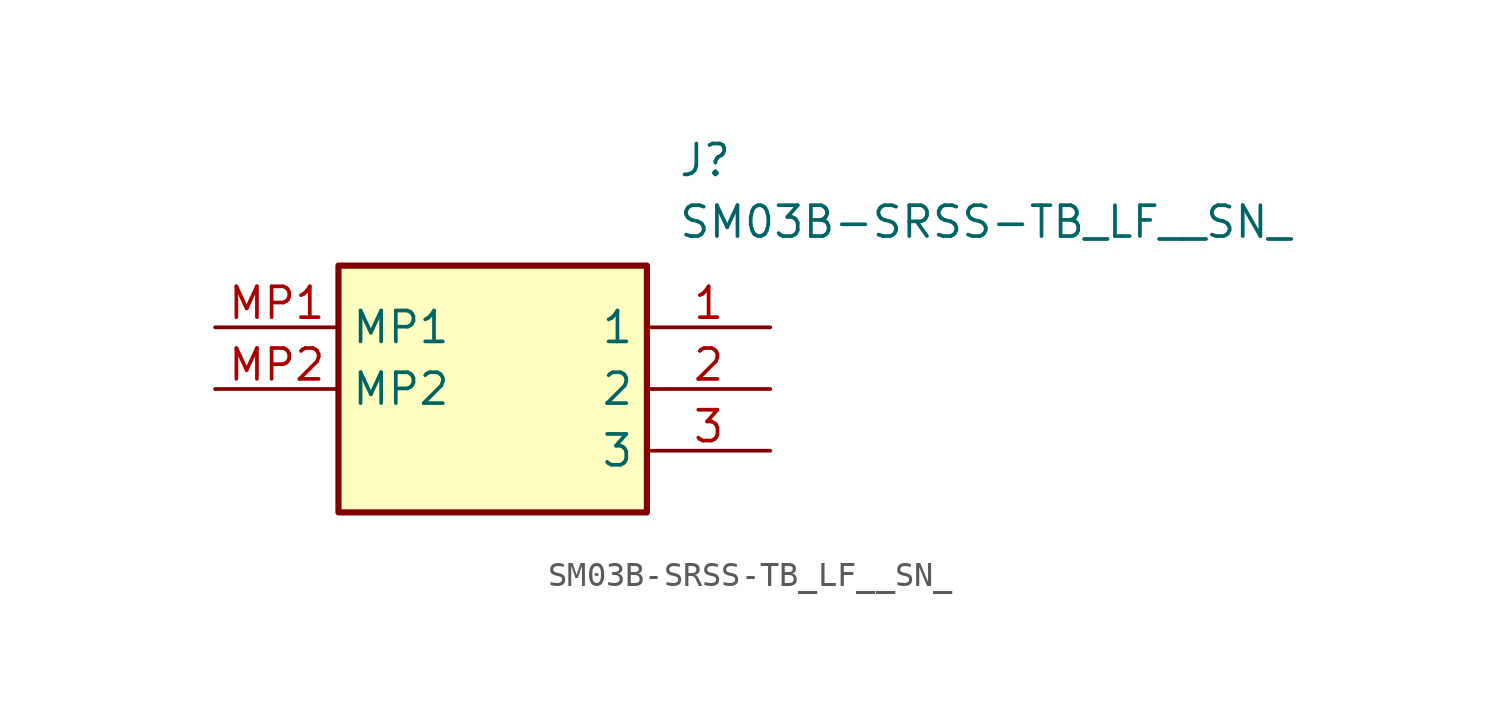
<source format=kicad_sym>
(kicad_symbol_lib
  (version 20211014)
  (generator SamacSys_ECAD_Model)
  (symbol "SM03B-SRSS-TB_LF__SN_"
    (property "Reference" "J"
      (at 19.05 7.62 0)
      (effects (font (size 1.27 1.27)) (justify left top)))
    (property "Value" "SM03B-SRSS-TB_LF__SN_"
      (at 19.05 5.08 0)
      (effects (font (size 1.27 1.27)) (justify left top)))
    (rectangle
      (start 5.08 2.54)
      (end 17.78 -7.62)
      (stroke (width 0.254) (type default))
      (fill (type background)))
    (pin passive line
      (at 22.86 0 180)
      (length 5.08)
      (name "1" (effects (font (size 1.27 1.27))))
      (number "1" (effects (font (size 1.27 1.27)))))
    (pin passive line
      (at 22.86 -2.54 180)
      (length 5.08)
      (name "2" (effects (font (size 1.27 1.27))))
      (number "2" (effects (font (size 1.27 1.27)))))
    (pin passive line
      (at 22.86 -5.08 180)
      (length 5.08)
      (name "3" (effects (font (size 1.27 1.27))))
      (number "3" (effects (font (size 1.27 1.27)))))
    (pin passive line
      (at 0 0 0)
      (length 5.08)
      (name "MP1" (effects (font (size 1.27 1.27))))
      (number "MP1" (effects (font (size 1.27 1.27)))))
    (pin passive line
      (at 0 -2.54 0)
      (length 5.08)
      (name "MP2" (effects (font (size 1.27 1.27))))
      (number "MP2" (effects (font (size 1.27 1.27)))))))
</source>
